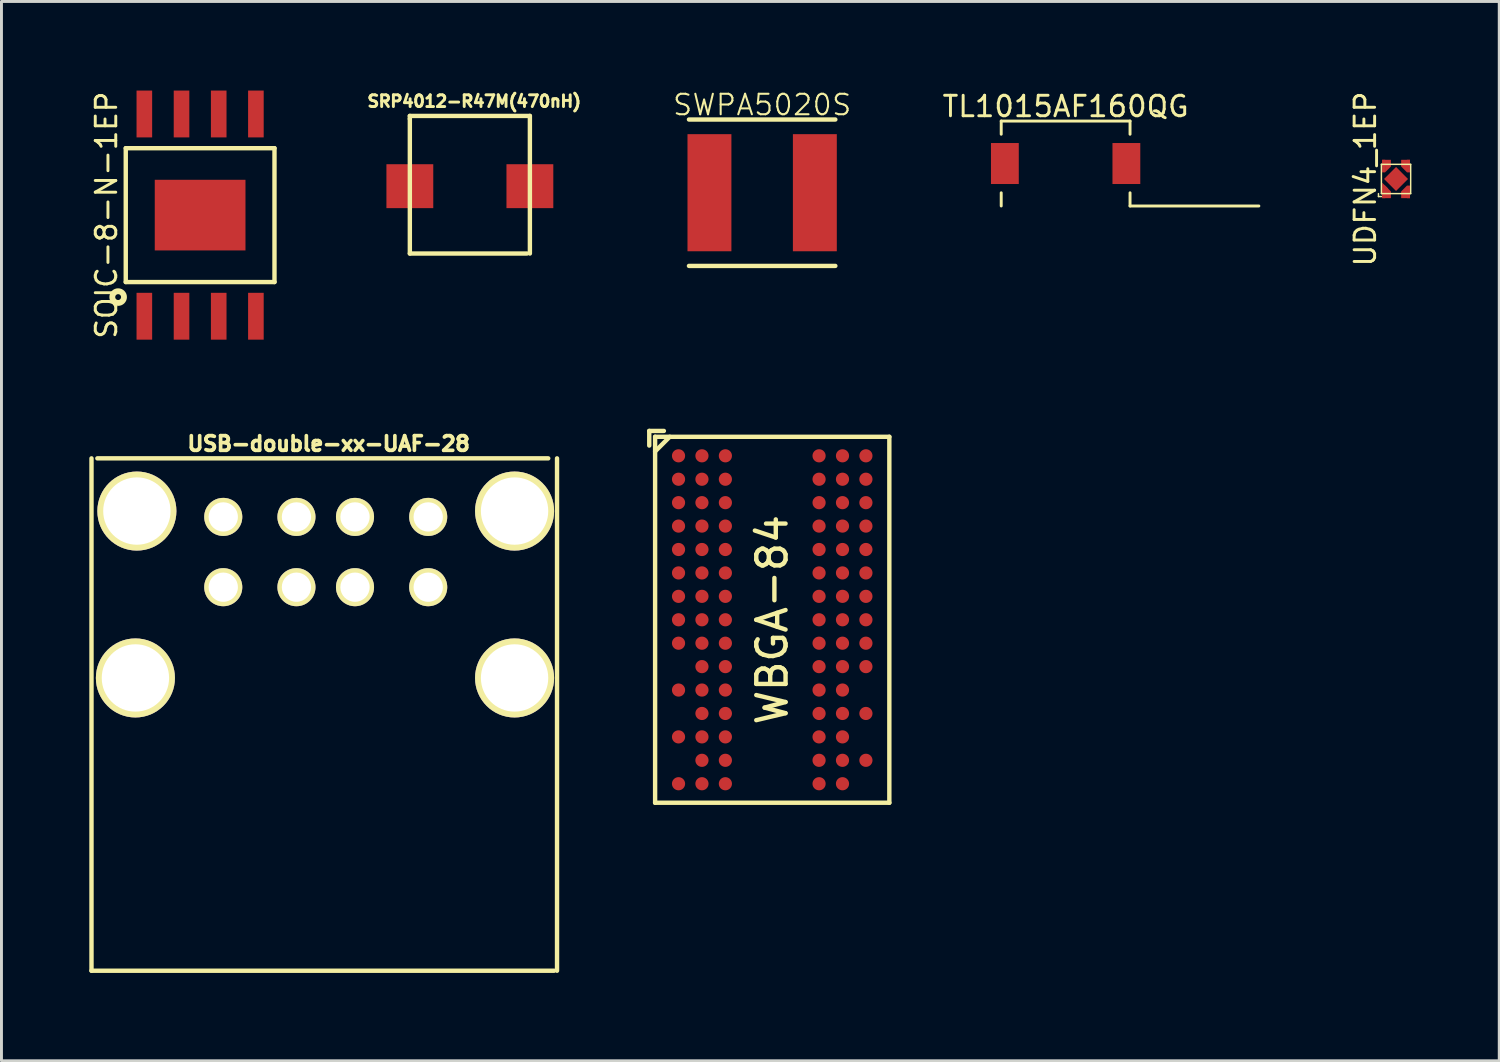
<source format=kicad_pcb>
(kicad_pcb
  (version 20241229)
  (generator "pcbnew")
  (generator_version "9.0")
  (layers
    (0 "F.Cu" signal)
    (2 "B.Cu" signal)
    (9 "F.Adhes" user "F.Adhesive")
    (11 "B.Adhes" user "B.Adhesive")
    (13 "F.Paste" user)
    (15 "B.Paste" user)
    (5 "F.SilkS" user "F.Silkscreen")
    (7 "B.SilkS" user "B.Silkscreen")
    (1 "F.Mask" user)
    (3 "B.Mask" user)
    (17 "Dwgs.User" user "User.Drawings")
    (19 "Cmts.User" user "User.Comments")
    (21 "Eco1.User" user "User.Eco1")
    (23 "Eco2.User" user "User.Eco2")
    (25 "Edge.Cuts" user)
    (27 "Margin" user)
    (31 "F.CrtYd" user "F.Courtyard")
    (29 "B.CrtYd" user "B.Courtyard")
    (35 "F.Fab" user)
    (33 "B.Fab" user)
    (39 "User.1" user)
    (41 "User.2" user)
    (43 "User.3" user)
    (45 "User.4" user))
  (footprint "SWPA5020S"
    (layer "F.Cu")
    (at 22.981 3.532)
    (property "Reference" "SWPA5020S" (at 0 -3 0) (layer "F.SilkS") (effects (font (size 0.7 0.7) (thickness 0.07))))
    (attr through_hole)
    (fp_line (start -2.5 2.5) (end 2.5 2.5) (stroke (width 0.15) (type solid)) (layer "F.SilkS"))
    (fp_line (start 2.5 -2.5) (end -2.5 -2.5) (stroke (width 0.15) (type solid)) (layer "F.SilkS"))
    (pad "1" smd rect (at 1.8 0) (size 1.5 4) (layers "F.Cu" "F.Mask" "F.Paste"))
    (pad "2" smd rect (at -1.8 0) (size 1.5 4) (layers "F.Cu" "F.Mask" "F.Paste")))
  (footprint "TL1015AF160QG"
    (layer "F.Cu")
    (at 33.346 2.535)
    (property "Reference" "TL1015AF160QG" (at 0 -1.95 0) (layer "F.SilkS") (effects (font (size 0.7 0.7) (thickness 0.1))))
    (attr through_hole)
    (fp_line (start -2.2 -1.45) (end 2.2 -1.45) (stroke (width 0.1) (type solid)) (layer "F.SilkS"))
    (fp_line (start -2.2 -1) (end -2.2 -1.45) (stroke (width 0.1) (type solid)) (layer "F.SilkS"))
    (fp_line (start -2.2 1.45) (end -2.2 1) (stroke (width 0.1) (type solid)) (layer "F.SilkS"))
    (fp_line (start 2.2 -1.45) (end 2.2 -1) (stroke (width 0.1) (type solid)) (layer "F.SilkS"))
    (fp_line (start 2.2 1) (end 2.2 1.45) (stroke (width 0.1) (type solid)) (layer "F.SilkS"))
    (fp_line (start 2.2 1.45) (end 6.6 1.45) (stroke (width 0.1) (type solid)) (layer "F.SilkS"))
    (pad "1" smd rect (at -2.075 0) (size 0.95 1.4) (layers "F.Cu" "F.Mask" "F.Paste"))
    (pad "2" smd rect (at 2.075 0) (size 0.95 1.4) (layers "F.Cu" "F.Mask" "F.Paste")))
  (footprint "UDFN4_1EP"
    (layer "F.Cu")
    (at 44.631 3.063)
    (property "Reference" "UDFN4_1EP" (at -1.05 0 90) (layer "F.SilkS") (effects (font (size 0.7 0.7) (thickness 0.1))))
    (attr through_hole)
    (fp_line (start -0.6 0.6) (end -0.6 0.5) (stroke (width 0.05) (type solid)) (layer "F.SilkS"))
    (fp_line (start -0.6 0.6) (end -0.5 0.6) (stroke (width 0.05) (type solid)) (layer "F.SilkS"))
    (fp_line (start -0.5 -0.5) (end 0.5 -0.5) (stroke (width 0.05) (type solid)) (layer "F.SilkS"))
    (fp_line (start -0.5 0.5) (end -0.5 -0.5) (stroke (width 0.05) (type solid)) (layer "F.SilkS"))
    (fp_line (start 0.5 -0.5) (end 0.5 0.5) (stroke (width 0.05) (type solid)) (layer "F.SilkS"))
    (fp_line (start 0.5 0.5) (end -0.5 0.5) (stroke (width 0.05) (type solid)) (layer "F.SilkS"))
    (pad "1" smd rect (at -0.425 0.44) (size 0.1 0.43) (layers "F.Cu" "F.Mask" "F.Paste"))
    (pad "1" smd trapezoid (at -0.375 0.34) (size 0.2 0.23) (rect_delta 0.2 0) (layers "F.Cu" "F.Mask" "F.Paste"))
    (pad "1" smd rect (at -0.325 0.55) (size 0.3 0.21) (layers "F.Cu" "F.Mask" "F.Paste"))
    (pad "1" smd trapezoid (at -0.275 0.44) (size 0.2 0.23) (rect_delta 0.2 0) (layers "F.Cu" "F.Mask" "F.Paste"))
    (pad "2" smd trapezoid (at 0.275 0.44 180) (size 0.2 0.23) (rect_delta 0.2 0) (layers "F.Cu" "F.Mask" "F.Paste"))
    (pad "2" smd rect (at 0.325 0.55) (size 0.3 0.21) (layers "F.Cu" "F.Mask" "F.Paste"))
    (pad "2" smd rect (at 0.425 0.44) (size 0.1 0.43) (layers "F.Cu" "F.Mask" "F.Paste"))
    (pad "3" smd trapezoid (at 0.275 -0.44 180) (size 0.2 0.23) (rect_delta 0.2 0) (layers "F.Cu" "F.Mask" "F.Paste"))
    (pad "3" smd rect (at 0.325 -0.55) (size 0.3 0.21) (layers "F.Cu" "F.Mask" "F.Paste"))
    (pad "3" smd rect (at 0.425 -0.44) (size 0.1 0.43) (layers "F.Cu" "F.Mask" "F.Paste"))
    (pad "4" smd rect (at -0.425 -0.44) (size 0.1 0.43) (layers "F.Cu" "F.Mask" "F.Paste"))
    (pad "4" smd rect (at -0.325 -0.55) (size 0.3 0.21) (layers "F.Cu" "F.Mask" "F.Paste"))
    (pad "4" smd trapezoid (at -0.275 -0.44) (size 0.2 0.23) (rect_delta 0.2 0) (layers "F.Cu" "F.Mask" "F.Paste"))
    (pad "5" smd rect (at 0 0 45) (size 0.58 0.58) (layers "F.Cu" "F.Mask" "F.Paste")))
  (footprint "SRP4012-R47M(470nH)"
    (layer "F.Cu")
    (at 10.948 3.309)
    (property "Reference" "SRP4012-R47M(470nH)" (at 2.2 -2.9 0) (layer "F.SilkS") (effects (font (size 0.4 0.4) (thickness 0.1))))
    (attr through_hole)
    (fp_line (start 0 -2.4) (end 4.1 -2.4) (stroke (width 0.15) (type solid)) (layer "F.SilkS"))
    (fp_line (start 0 -2.3) (end 0 -2.4) (stroke (width 0.15) (type solid)) (layer "F.SilkS"))
    (fp_line (start 0 2.3) (end 0 -2.3) (stroke (width 0.15) (type solid)) (layer "F.SilkS"))
    (fp_line (start 0 2.3) (end 4 2.3) (stroke (width 0.15) (type solid)) (layer "F.SilkS"))
    (fp_line (start 4.1 2.3) (end 4.1 -2.4) (stroke (width 0.15) (type solid)) (layer "F.SilkS"))
    (pad "1" smd rect (at 0 0) (size 1.6 1.5) (layers "F.Cu" "F.Mask" "F.Paste"))
    (pad "2" smd rect (at 4.1 0) (size 1.6 1.5) (layers "F.Cu" "F.Mask" "F.Paste")))
  (footprint "SOIC-8-N-1EP"
    (layer "F.Cu")
    (at 3.785 4.297)
    (property "Reference" "SOIC-8-N-1EP" (at -3.2 0 90) (layer "F.SilkS") (effects (font (size 0.7 0.7) (thickness 0.1))))
    (attr smd)
    (fp_line (start -2.54 -2.286) (end 2.54 -2.286) (stroke (width 0.15) (type solid)) (layer "F.SilkS"))
    (fp_line (start -2.54 2.286) (end -2.54 -2.286) (stroke (width 0.15) (type solid)) (layer "F.SilkS"))
    (fp_line (start 2.54 -2.286) (end 2.54 2.286) (stroke (width 0.15) (type solid)) (layer "F.SilkS"))
    (fp_line (start 2.54 2.286) (end -2.54 2.286) (stroke (width 0.15) (type solid)) (layer "F.SilkS"))
    (fp_circle (center -2.8 2.8) (end -2.6 2.8) (stroke (width 0.2) (type solid)) (fill no) (layer "F.SilkS"))
    (pad "1" smd rect (at -1.905 3.454) (size 0.533 1.6) (layers "F.Cu" "F.Mask" "F.Paste"))
    (pad "2" smd rect (at -0.635 3.454) (size 0.533 1.6) (layers "F.Cu" "F.Mask" "F.Paste"))
    (pad "3" smd rect (at 0.635 3.454) (size 0.533 1.6) (layers "F.Cu" "F.Mask" "F.Paste"))
    (pad "4" smd rect (at 1.905 3.454) (size 0.533 1.6) (layers "F.Cu" "F.Mask" "F.Paste"))
    (pad "5" smd rect (at 1.905 -3.454) (size 0.533 1.6) (layers "F.Cu" "F.Mask" "F.Paste"))
    (pad "6" smd rect (at 0.635 -3.454) (size 0.533 1.6) (layers "F.Cu" "F.Mask" "F.Paste"))
    (pad "7" smd rect (at -0.635 -3.454) (size 0.533 1.6) (layers "F.Cu" "F.Mask" "F.Paste"))
    (pad "8" smd rect (at -1.905 -3.454) (size 0.533 1.6) (layers "F.Cu" "F.Mask" "F.Paste"))
    (pad "9" smd rect (at 0 0 180) (size 3.099 2.413) (layers "F.Cu" "F.Mask" "F.Paste")))
  (footprint "WBGA-84"
    (layer "F.Cu")
    (at 23.325 18.118)
    (property "Reference" "WBGA-84" (at 0 0 90) (layer "F.SilkS") (effects (font (size 1 1) (thickness 0.15))))
    (attr through_hole)
    (fp_line (start -4.2 -6.45) (end -3.7 -6.45) (stroke (width 0.15) (type solid)) (layer "F.SilkS"))
    (fp_line (start -4.2 -5.95) (end -4.2 -6.45) (stroke (width 0.15) (type solid)) (layer "F.SilkS"))
    (fp_line (start -4 -6.25) (end -4 6.25) (stroke (width 0.15) (type solid)) (layer "F.SilkS"))
    (fp_line (start -4 -6.25) (end 4 -6.25) (stroke (width 0.15) (type solid)) (layer "F.SilkS"))
    (fp_line (start -4 -5.75) (end -3.5 -6.25) (stroke (width 0.15) (type solid)) (layer "F.SilkS"))
    (fp_line (start -4 6.25) (end 4 6.25) (stroke (width 0.15) (type solid)) (layer "F.SilkS"))
    (fp_line (start 4 -6.25) (end 4 6.25) (stroke (width 0.15) (type solid)) (layer "F.SilkS"))
    (pad "A1" smd circle (at -3.2 -5.6) (size 0.45 0.45) (layers "F.Cu" "F.Mask" "F.Paste"))
    (pad "A2" smd circle (at -2.4 -5.6) (size 0.45 0.45) (layers "F.Cu" "F.Mask" "F.Paste"))
    (pad "A3" smd circle (at -1.6 -5.6) (size 0.45 0.45) (layers "F.Cu" "F.Mask" "F.Paste"))
    (pad "A7" smd circle (at 1.6 -5.6) (size 0.45 0.45) (layers "F.Cu" "F.Mask" "F.Paste"))
    (pad "A8" smd circle (at 2.4 -5.6) (size 0.45 0.45) (layers "F.Cu" "F.Mask" "F.Paste"))
    (pad "A9" smd circle (at 3.2 -5.6) (size 0.45 0.45) (layers "F.Cu" "F.Mask" "F.Paste"))
    (pad "B1" smd circle (at -3.2 -4.8) (size 0.45 0.45) (layers "F.Cu" "F.Mask" "F.Paste"))
    (pad "B2" smd circle (at -2.4 -4.8) (size 0.45 0.45) (layers "F.Cu" "F.Mask" "F.Paste"))
    (pad "B3" smd circle (at -1.6 -4.8) (size 0.45 0.45) (layers "F.Cu" "F.Mask" "F.Paste"))
    (pad "B7" smd circle (at 1.6 -4.8) (size 0.45 0.45) (layers "F.Cu" "F.Mask" "F.Paste"))
    (pad "B8" smd circle (at 2.4 -4.8) (size 0.45 0.45) (layers "F.Cu" "F.Mask" "F.Paste"))
    (pad "B9" smd circle (at 3.2 -4.8) (size 0.45 0.45) (layers "F.Cu" "F.Mask" "F.Paste"))
    (pad "C1" smd circle (at -3.2 -4) (size 0.45 0.45) (layers "F.Cu" "F.Mask" "F.Paste"))
    (pad "C2" smd circle (at -2.4 -4) (size 0.45 0.45) (layers "F.Cu" "F.Mask" "F.Paste"))
    (pad "C3" smd circle (at -1.6 -4) (size 0.45 0.45) (layers "F.Cu" "F.Mask" "F.Paste"))
    (pad "C7" smd circle (at 1.6 -4) (size 0.45 0.45) (layers "F.Cu" "F.Mask" "F.Paste"))
    (pad "C8" smd circle (at 2.4 -4) (size 0.45 0.45) (layers "F.Cu" "F.Mask" "F.Paste"))
    (pad "C9" smd circle (at 3.2 -4) (size 0.45 0.45) (layers "F.Cu" "F.Mask" "F.Paste"))
    (pad "D1" smd circle (at -3.2 -3.2) (size 0.45 0.45) (layers "F.Cu" "F.Mask" "F.Paste"))
    (pad "D2" smd circle (at -2.4 -3.2) (size 0.45 0.45) (layers "F.Cu" "F.Mask" "F.Paste"))
    (pad "D3" smd circle (at -1.6 -3.2) (size 0.45 0.45) (layers "F.Cu" "F.Mask" "F.Paste"))
    (pad "D7" smd circle (at 1.6 -3.2) (size 0.45 0.45) (layers "F.Cu" "F.Mask" "F.Paste"))
    (pad "D8" smd circle (at 2.4 -3.2) (size 0.45 0.45) (layers "F.Cu" "F.Mask" "F.Paste"))
    (pad "D9" smd circle (at 3.2 -3.2) (size 0.45 0.45) (layers "F.Cu" "F.Mask" "F.Paste"))
    (pad "E1" smd circle (at -3.2 -2.4) (size 0.45 0.45) (layers "F.Cu" "F.Mask" "F.Paste"))
    (pad "E2" smd circle (at -2.4 -2.4) (size 0.45 0.45) (layers "F.Cu" "F.Mask" "F.Paste"))
    (pad "E3" smd circle (at -1.6 -2.4) (size 0.45 0.45) (layers "F.Cu" "F.Mask" "F.Paste"))
    (pad "E7" smd circle (at 1.6 -2.4) (size 0.45 0.45) (layers "F.Cu" "F.Mask" "F.Paste"))
    (pad "E8" smd circle (at 2.4 -2.4) (size 0.45 0.45) (layers "F.Cu" "F.Mask" "F.Paste"))
    (pad "E9" smd circle (at 3.2 -2.4) (size 0.45 0.45) (layers "F.Cu" "F.Mask" "F.Paste"))
    (pad "F1" smd circle (at -3.2 -1.6) (size 0.45 0.45) (layers "F.Cu" "F.Mask" "F.Paste"))
    (pad "F2" smd circle (at -2.4 -1.6) (size 0.45 0.45) (layers "F.Cu" "F.Mask" "F.Paste"))
    (pad "F3" smd circle (at -1.6 -1.6) (size 0.45 0.45) (layers "F.Cu" "F.Mask" "F.Paste"))
    (pad "F7" smd circle (at 1.6 -1.6) (size 0.45 0.45) (layers "F.Cu" "F.Mask" "F.Paste"))
    (pad "F8" smd circle (at 2.4 -1.6) (size 0.45 0.45) (layers "F.Cu" "F.Mask" "F.Paste"))
    (pad "F9" smd circle (at 3.2 -1.6) (size 0.45 0.45) (layers "F.Cu" "F.Mask" "F.Paste"))
    (pad "G1" smd circle (at -3.2 -0.8) (size 0.45 0.45) (layers "F.Cu" "F.Mask" "F.Paste"))
    (pad "G2" smd circle (at -2.4 -0.8) (size 0.45 0.45) (layers "F.Cu" "F.Mask" "F.Paste"))
    (pad "G3" smd circle (at -1.6 -0.8) (size 0.45 0.45) (layers "F.Cu" "F.Mask" "F.Paste"))
    (pad "G7" smd circle (at 1.6 -0.8) (size 0.45 0.45) (layers "F.Cu" "F.Mask" "F.Paste"))
    (pad "G8" smd circle (at 2.4 -0.8) (size 0.45 0.45) (layers "F.Cu" "F.Mask" "F.Paste"))
    (pad "G9" smd circle (at 3.2 -0.8) (size 0.45 0.45) (layers "F.Cu" "F.Mask" "F.Paste"))
    (pad "H1" smd circle (at -3.2 0) (size 0.45 0.45) (layers "F.Cu" "F.Mask" "F.Paste"))
    (pad "H2" smd circle (at -2.4 0) (size 0.45 0.45) (layers "F.Cu" "F.Mask" "F.Paste"))
    (pad "H3" smd circle (at -1.6 0) (size 0.45 0.45) (layers "F.Cu" "F.Mask" "F.Paste"))
    (pad "H7" smd circle (at 1.6 0) (size 0.45 0.45) (layers "F.Cu" "F.Mask" "F.Paste"))
    (pad "H8" smd circle (at 2.4 0) (size 0.45 0.45) (layers "F.Cu" "F.Mask" "F.Paste"))
    (pad "H9" smd circle (at 3.2 0) (size 0.45 0.45) (layers "F.Cu" "F.Mask" "F.Paste"))
    (pad "J1" smd circle (at -3.2 0.8) (size 0.45 0.45) (layers "F.Cu" "F.Mask" "F.Paste"))
    (pad "J2" smd circle (at -2.4 0.8) (size 0.45 0.45) (layers "F.Cu" "F.Mask" "F.Paste"))
    (pad "J3" smd circle (at -1.6 0.8) (size 0.45 0.45) (layers "F.Cu" "F.Mask" "F.Paste"))
    (pad "J7" smd circle (at 1.6 0.8) (size 0.45 0.45) (layers "F.Cu" "F.Mask" "F.Paste"))
    (pad "J8" smd circle (at 2.4 0.8) (size 0.45 0.45) (layers "F.Cu" "F.Mask" "F.Paste"))
    (pad "J9" smd circle (at 3.2 0.8) (size 0.45 0.45) (layers "F.Cu" "F.Mask" "F.Paste"))
    (pad "K2" smd circle (at -2.4 1.6) (size 0.45 0.45) (layers "F.Cu" "F.Mask" "F.Paste"))
    (pad "K3" smd circle (at -1.6 1.6) (size 0.45 0.45) (layers "F.Cu" "F.Mask" "F.Paste"))
    (pad "K7" smd circle (at 1.6 1.6) (size 0.45 0.45) (layers "F.Cu" "F.Mask" "F.Paste"))
    (pad "K8" smd circle (at 2.4 1.6) (size 0.45 0.45) (layers "F.Cu" "F.Mask" "F.Paste"))
    (pad "K9" smd circle (at 3.2 1.6) (size 0.45 0.45) (layers "F.Cu" "F.Mask" "F.Paste"))
    (pad "L1" smd circle (at -3.2 2.4) (size 0.45 0.45) (layers "F.Cu" "F.Mask" "F.Paste"))
    (pad "L2" smd circle (at -2.4 2.4) (size 0.45 0.45) (layers "F.Cu" "F.Mask" "F.Paste"))
    (pad "L3" smd circle (at -1.6 2.4) (size 0.45 0.45) (layers "F.Cu" "F.Mask" "F.Paste"))
    (pad "L7" smd circle (at 1.6 2.4) (size 0.45 0.45) (layers "F.Cu" "F.Mask" "F.Paste"))
    (pad "L8" smd circle (at 2.4 2.4) (size 0.45 0.45) (layers "F.Cu" "F.Mask" "F.Paste"))
    (pad "M2" smd circle (at -2.4 3.2) (size 0.45 0.45) (layers "F.Cu" "F.Mask" "F.Paste"))
    (pad "M3" smd circle (at -1.6 3.2) (size 0.45 0.45) (layers "F.Cu" "F.Mask" "F.Paste"))
    (pad "M7" smd circle (at 1.6 3.2) (size 0.45 0.45) (layers "F.Cu" "F.Mask" "F.Paste"))
    (pad "M8" smd circle (at 2.4 3.2) (size 0.45 0.45) (layers "F.Cu" "F.Mask" "F.Paste"))
    (pad "M9" smd circle (at 3.2 3.2) (size 0.45 0.45) (layers "F.Cu" "F.Mask" "F.Paste"))
    (pad "N1" smd circle (at -3.2 4) (size 0.45 0.45) (layers "F.Cu" "F.Mask" "F.Paste"))
    (pad "N2" smd circle (at -2.4 4) (size 0.45 0.45) (layers "F.Cu" "F.Mask" "F.Paste"))
    (pad "N3" smd circle (at -1.6 4) (size 0.45 0.45) (layers "F.Cu" "F.Mask" "F.Paste"))
    (pad "N7" smd circle (at 1.6 4) (size 0.45 0.45) (layers "F.Cu" "F.Mask" "F.Paste"))
    (pad "N8" smd circle (at 2.4 4) (size 0.45 0.45) (layers "F.Cu" "F.Mask" "F.Paste"))
    (pad "P2" smd circle (at -2.4 4.8) (size 0.45 0.45) (layers "F.Cu" "F.Mask" "F.Paste"))
    (pad "P3" smd circle (at -1.6 4.8) (size 0.45 0.45) (layers "F.Cu" "F.Mask" "F.Paste"))
    (pad "P7" smd circle (at 1.6 4.8) (size 0.45 0.45) (layers "F.Cu" "F.Mask" "F.Paste"))
    (pad "P8" smd circle (at 2.4 4.8) (size 0.45 0.45) (layers "F.Cu" "F.Mask" "F.Paste"))
    (pad "P9" smd circle (at 3.2 4.8) (size 0.45 0.45) (layers "F.Cu" "F.Mask" "F.Paste"))
    (pad "R1" smd circle (at -3.2 5.6) (size 0.45 0.45) (layers "F.Cu" "F.Mask" "F.Paste"))
    (pad "R2" smd circle (at -2.4 5.6) (size 0.45 0.45) (layers "F.Cu" "F.Mask" "F.Paste"))
    (pad "R3" smd circle (at -1.6 5.6) (size 0.45 0.45) (layers "F.Cu" "F.Mask" "F.Paste"))
    (pad "R7" smd circle (at 1.6 5.6) (size 0.45 0.45) (layers "F.Cu" "F.Mask" "F.Paste"))
    (pad "R8" smd circle (at 2.4 5.6) (size 0.45 0.45) (layers "F.Cu" "F.Mask" "F.Paste")))
  (footprint "USB-double-xx-UAF-28"
    (layer "F.Cu")
    (at 8.075 15.805)
    (property "Reference" "USB-double-xx-UAF-28" (at 0.1 -3.7 0) (layer "F.SilkS") (effects (font (size 0.5 0.5) (thickness 0.125))))
    (attr through_hole)
    (fp_line (start -8 -3.2) (end -8 14.3) (stroke (width 0.15) (type solid)) (layer "F.SilkS"))
    (fp_line (start -8 14.3) (end 7.8 14.3) (stroke (width 0.15) (type solid)) (layer "F.SilkS"))
    (fp_line (start -7.8 -3.2) (end 7.6 -3.2) (stroke (width 0.15) (type solid)) (layer "F.SilkS"))
    (fp_line (start 7.9 -3.2) (end 7.9 14.3) (stroke (width 0.15) (type solid)) (layer "F.SilkS"))
    (pad "1" thru_hole circle (at -3.5 -1.2) (size 1.3 1.3) (drill 1) (layers "*.Cu" "*.Mask" "F.SilkS"))
    (pad "2" thru_hole circle (at -1 -1.2) (size 1.3 1.3) (drill 1) (layers "*.Cu" "*.Mask" "F.SilkS"))
    (pad "3" thru_hole circle (at 1 -1.2) (size 1.3 1.3) (drill 1) (layers "*.Cu" "*.Mask" "F.SilkS"))
    (pad "4" thru_hole circle (at 3.5 -1.2) (size 1.3 1.3) (drill 1) (layers "*.Cu" "*.Mask" "F.SilkS"))
    (pad "5" thru_hole circle (at -3.5 1.2) (size 1.3 1.3) (drill 1) (layers "*.Cu" "*.Mask" "F.SilkS"))
    (pad "6" thru_hole circle (at -1 1.2) (size 1.3 1.3) (drill 1) (layers "*.Cu" "*.Mask" "F.SilkS"))
    (pad "7" thru_hole circle (at 1 1.2) (size 1.3 1.3) (drill 1) (layers "*.Cu" "*.Mask" "F.SilkS"))
    (pad "8" thru_hole circle (at 3.5 1.2) (size 1.3 1.3) (drill 1) (layers "*.Cu" "*.Mask" "F.SilkS"))
    (pad "9" thru_hole circle (at 6.45 -1.4) (size 2.7 2.7) (drill 2.3) (layers "*.Cu" "*.Mask" "F.SilkS"))
    (pad "10" thru_hole circle (at -6.45 -1.4) (size 2.7 2.7) (drill 2.3) (layers "*.Cu" "*.Mask" "F.SilkS"))
    (pad "11" thru_hole circle (at 6.45 4.3) (size 2.7 2.7) (drill 2.3) (layers "*.Cu" "*.Mask" "F.SilkS"))
    (pad "12" thru_hole circle (at -6.5 4.3) (size 2.7 2.7) (drill 2.3) (layers "*.Cu" "*.Mask" "F.SilkS")))
  (gr_rect
    (start -3 -3)
    (end 48.156 33.18)
    (stroke (width 0.1) (type default))
    (fill no)
    (layer "Edge.Cuts")))
</source>
